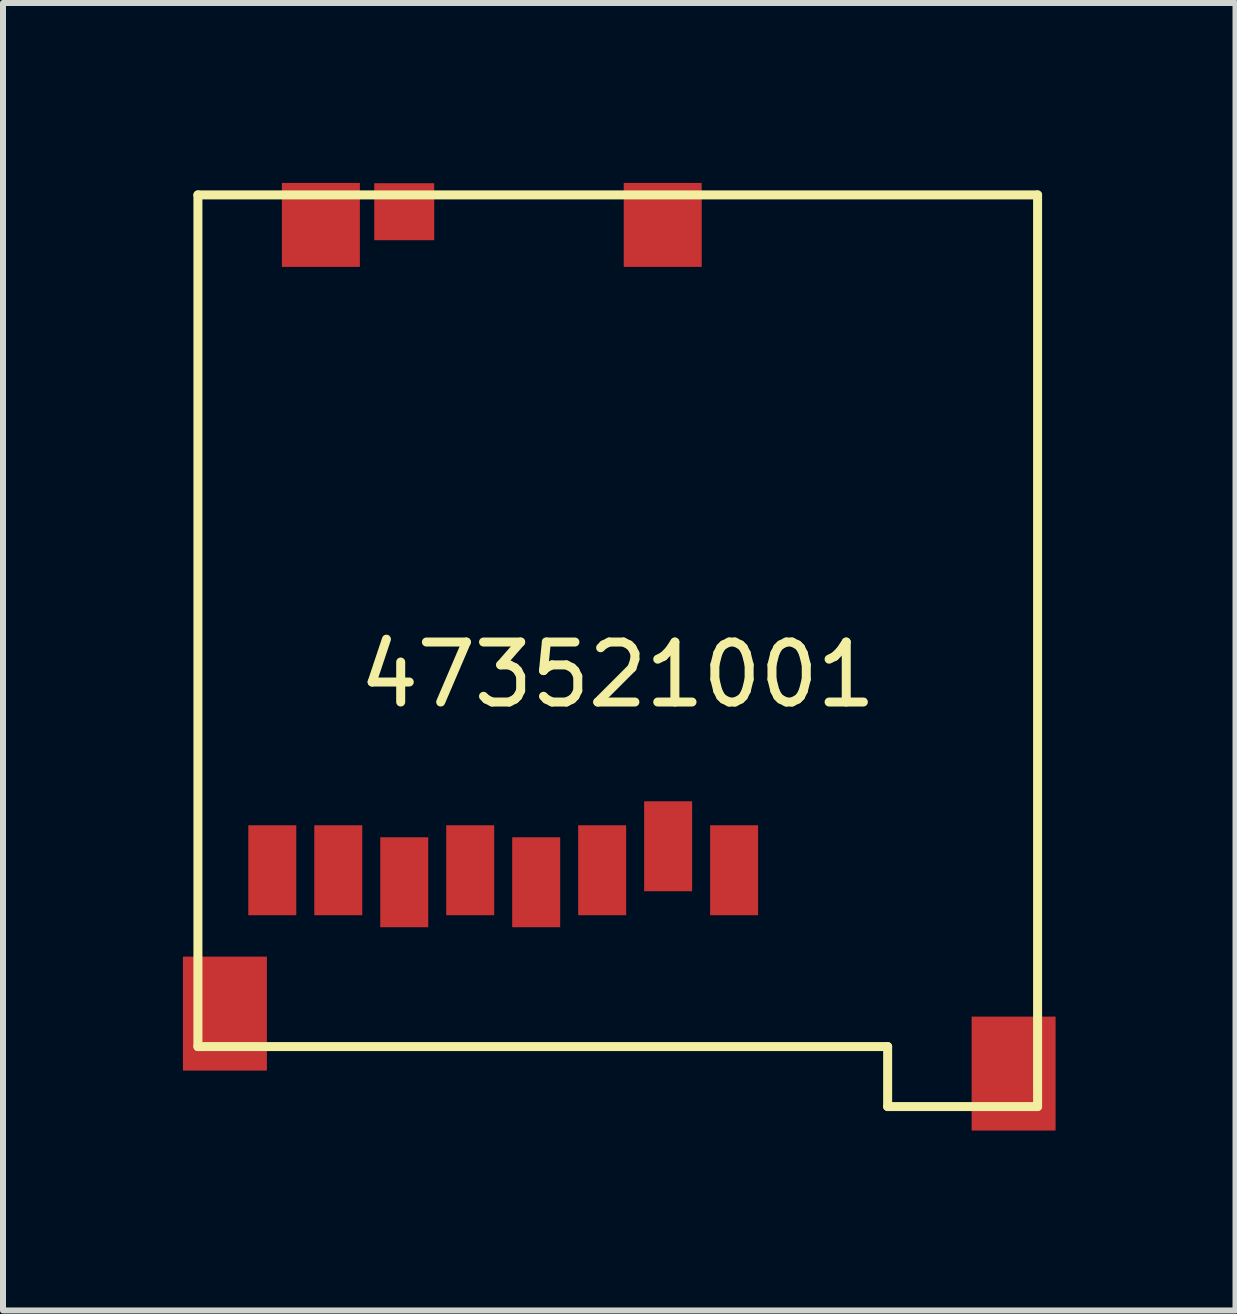
<source format=kicad_pcb>
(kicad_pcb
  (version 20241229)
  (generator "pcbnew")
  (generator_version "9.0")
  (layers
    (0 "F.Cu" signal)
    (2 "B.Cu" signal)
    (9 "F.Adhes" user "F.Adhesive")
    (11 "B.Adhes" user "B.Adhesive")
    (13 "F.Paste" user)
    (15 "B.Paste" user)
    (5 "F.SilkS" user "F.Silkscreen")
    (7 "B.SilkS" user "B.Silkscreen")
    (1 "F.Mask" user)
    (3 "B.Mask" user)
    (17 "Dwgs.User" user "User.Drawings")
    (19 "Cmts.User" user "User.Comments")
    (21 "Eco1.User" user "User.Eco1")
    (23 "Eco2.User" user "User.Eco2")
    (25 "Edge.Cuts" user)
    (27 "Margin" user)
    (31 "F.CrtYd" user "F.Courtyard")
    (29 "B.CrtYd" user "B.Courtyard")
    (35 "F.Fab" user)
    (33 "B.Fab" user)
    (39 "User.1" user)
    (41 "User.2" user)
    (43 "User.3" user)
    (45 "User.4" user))
  (footprint "473521001"
    (layer "F.Cu")
    (at 7.25 7.2)
    (property "Reference" "473521001" (at 0 1 0) (layer "F.SilkS") (effects (font (size 1 1) (thickness 0.15))))
    (attr through_hole)
    (fp_line (start -7 -7) (end -7 7.2) (stroke (width 0.15) (type solid)) (layer "F.SilkS"))
    (fp_line (start -7 7.2) (end 4.5 7.2) (stroke (width 0.15) (type solid)) (layer "F.SilkS"))
    (fp_line (start 4.5 7.2) (end 4.5 8.2) (stroke (width 0.15) (type solid)) (layer "F.SilkS"))
    (fp_line (start 4.5 8.2) (end 7 8.2) (stroke (width 0.15) (type solid)) (layer "F.SilkS"))
    (fp_line (start 7 -7) (end -7 -7) (stroke (width 0.15) (type solid)) (layer "F.SilkS"))
    (fp_line (start 7 8.2) (end 7 -7) (stroke (width 0.15) (type solid)) (layer "F.SilkS"))
    (pad "" smd rect (at -6.55 6.65) (size 1.4 1.9) (layers "F.Cu" "F.Mask" "F.Paste"))
    (pad "" smd rect (at -4.95 -6.5) (size 1.3 1.4) (layers "F.Cu" "F.Mask" "F.Paste"))
    (pad "" smd rect (at 0.75 -6.5) (size 1.3 1.4) (layers "F.Cu" "F.Mask" "F.Paste"))
    (pad "" smd rect (at 6.6 7.65) (size 1.4 1.9) (layers "F.Cu" "F.Mask" "F.Paste"))
    (pad "1" smd rect (at 1.94 4.26) (size 0.8 1.5) (layers "F.Cu" "F.Mask" "F.Paste"))
    (pad "2" smd rect (at 0.84 3.86) (size 0.8 1.5) (layers "F.Cu" "F.Mask" "F.Paste"))
    (pad "3" smd rect (at -0.26 4.26) (size 0.8 1.5) (layers "F.Cu" "F.Mask" "F.Paste"))
    (pad "4" smd rect (at -1.36 4.46) (size 0.8 1.5) (layers "F.Cu" "F.Mask" "F.Paste"))
    (pad "5" smd rect (at -2.46 4.26) (size 0.8 1.5) (layers "F.Cu" "F.Mask" "F.Paste"))
    (pad "6" smd rect (at -3.56 4.46) (size 0.8 1.5) (layers "F.Cu" "F.Mask" "F.Paste"))
    (pad "7" smd rect (at -4.66 4.26) (size 0.8 1.5) (layers "F.Cu" "F.Mask" "F.Paste"))
    (pad "8" smd rect (at -5.76 4.26) (size 0.8 1.5) (layers "F.Cu" "F.Mask" "F.Paste"))
    (pad "9" smd rect (at -3.56 -6.72) (size 1 0.95) (layers "F.Cu" "F.Mask" "F.Paste")))
  (gr_rect
    (start -3 -3)
    (end 17.55 18.8)
    (stroke (width 0.1) (type default))
    (fill no)
    (layer "Edge.Cuts")))
</source>
